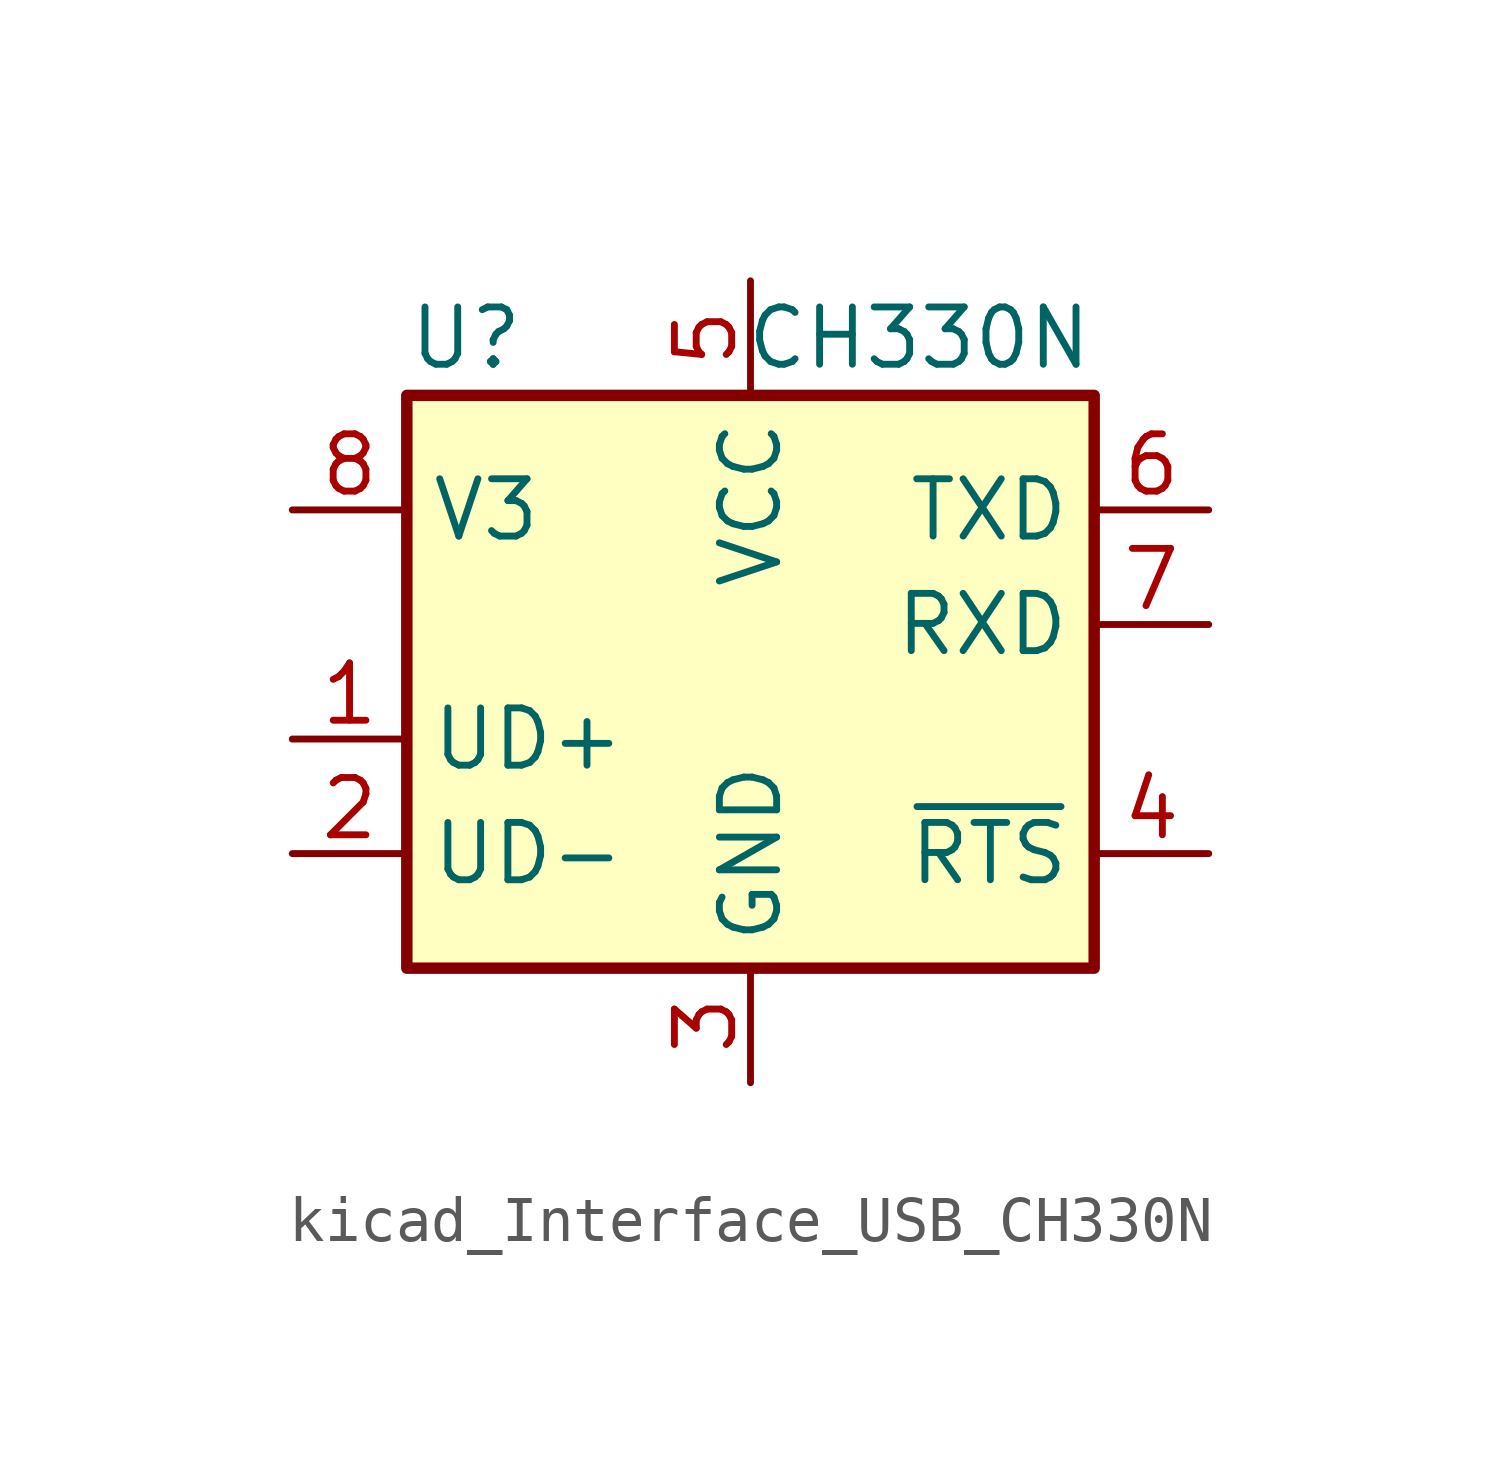
<source format=kicad_sym>
(kicad_symbol_lib
  (version 20220914)
  (generator kicad_symbol_editor)
  (symbol "kicad_Interface_USB_CH330N"
    (property "Reference" "U"
      (at -7.62 6.35 0)
      (effects (font (size 1.27 1.27)) (justify left)))
    (property "Value" "CH330N"
      (at 7.62 6.35 0)
      (effects (font (size 1.27 1.27)) (justify right)))
    (symbol "kicad_Interface_USB_CH330N_0_1"
      (rectangle (start -7.62 5.08) (end 7.62 -7.62) (stroke (width 0.254) (type default)) (fill (type background))))
    (symbol "kicad_Interface_USB_CH330N_1_1"
      (pin bidirectional line (at -10.16 -2.54 0) (length 2.54) (name "UD+" (effects (font (size 1.27 1.27)))) (number "1" (effects (font (size 1.27 1.27)))))
      (pin bidirectional line (at -10.16 -5.08 0) (length 2.54) (name "UD-" (effects (font (size 1.27 1.27)))) (number "2" (effects (font (size 1.27 1.27)))))
      (pin power_in line (at 0 -10.16 90) (length 2.54) (name "GND" (effects (font (size 1.27 1.27)))) (number "3" (effects (font (size 1.27 1.27)))))
      (pin output line (at 10.16 -5.08 180) (length 2.54) (name "~{RTS}" (effects (font (size 1.27 1.27)))) (number "4" (effects (font (size 1.27 1.27)))))
      (pin power_in line (at 0 7.62 270) (length 2.54) (name "VCC" (effects (font (size 1.27 1.27)))) (number "5" (effects (font (size 1.27 1.27)))))
      (pin output line (at 10.16 2.54 180) (length 2.54) (name "TXD" (effects (font (size 1.27 1.27)))) (number "6" (effects (font (size 1.27 1.27)))))
      (pin input line (at 10.16 0 180) (length 2.54) (name "RXD" (effects (font (size 1.27 1.27)))) (number "7" (effects (font (size 1.27 1.27)))))
      (pin passive line (at -10.16 2.54 0) (length 2.54) (name "V3" (effects (font (size 1.27 1.27)))) (number "8" (effects (font (size 1.27 1.27))))))))
</source>
